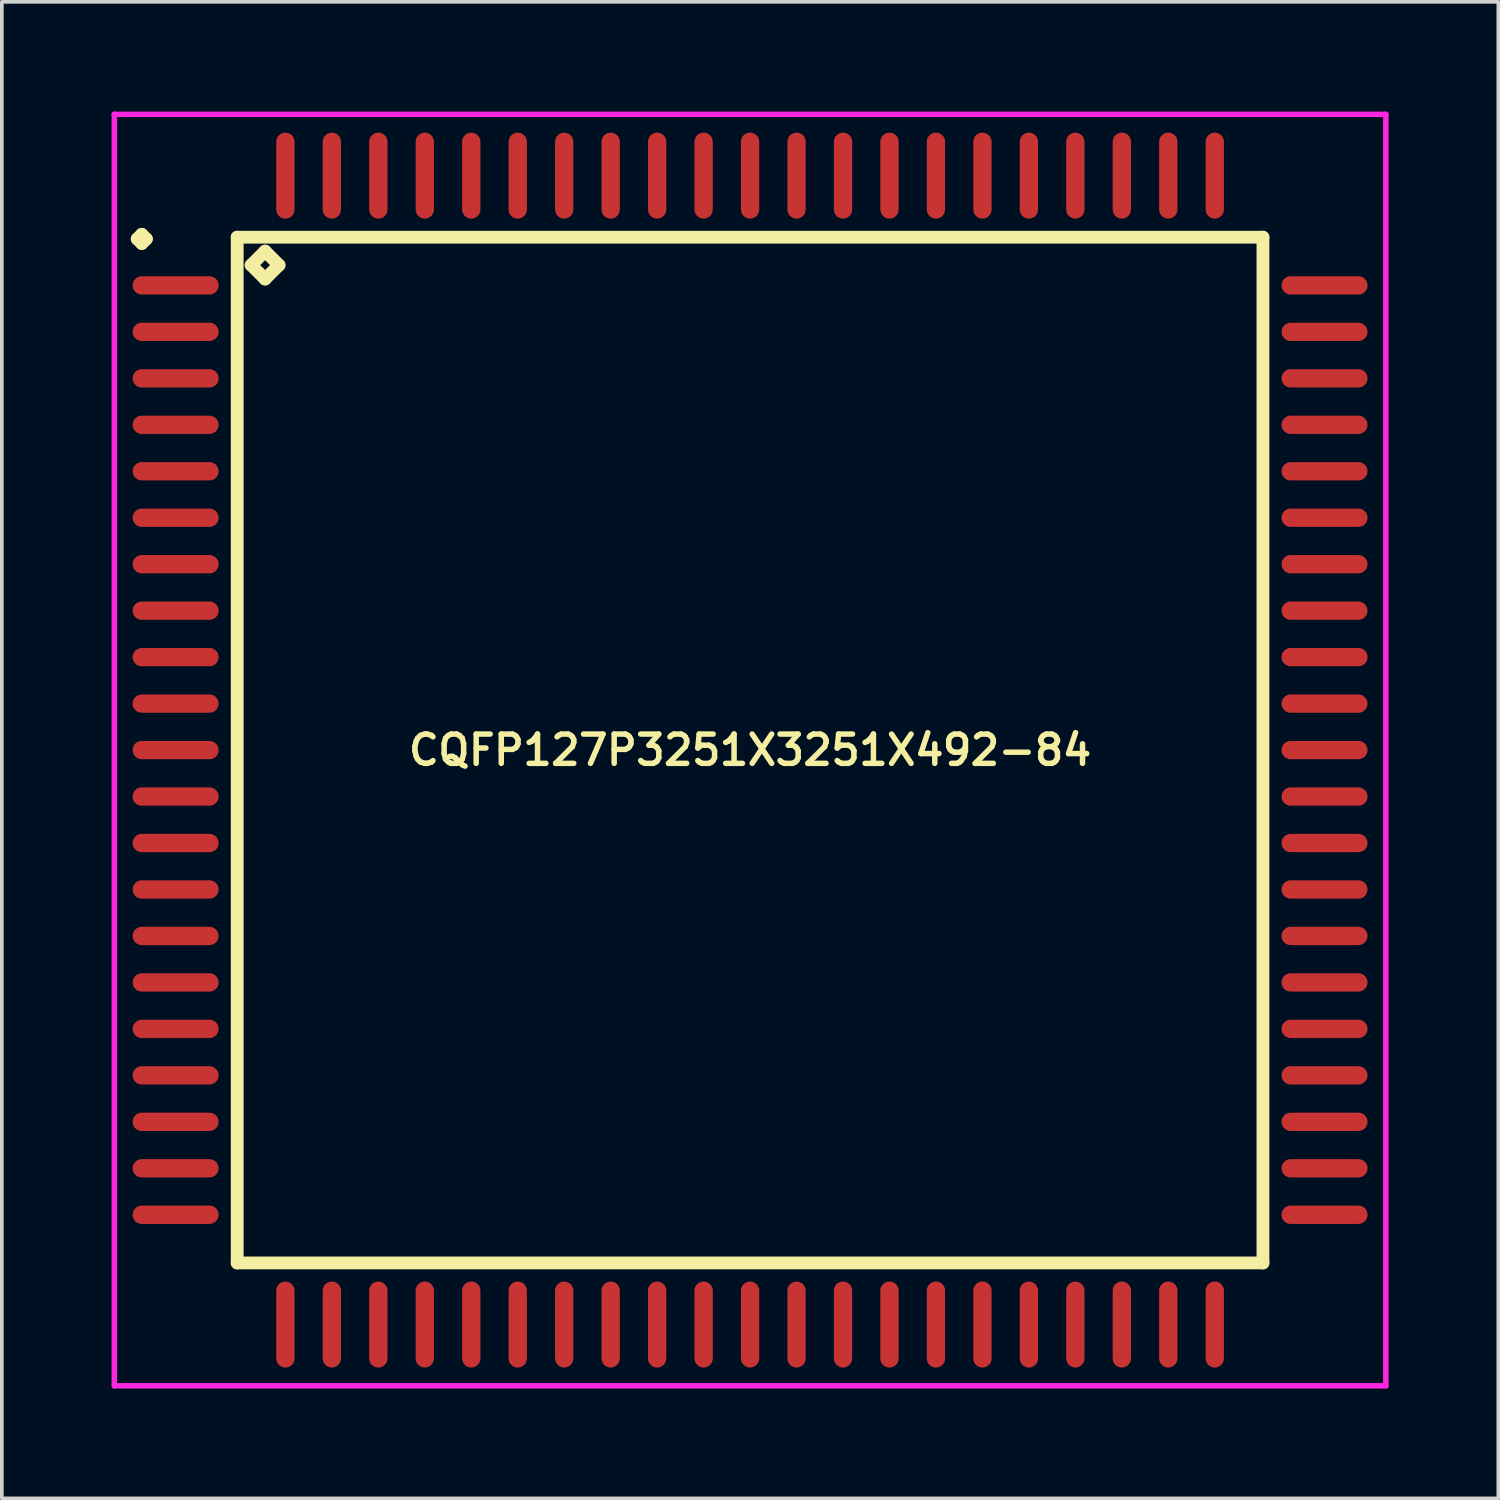
<source format=kicad_pcb>
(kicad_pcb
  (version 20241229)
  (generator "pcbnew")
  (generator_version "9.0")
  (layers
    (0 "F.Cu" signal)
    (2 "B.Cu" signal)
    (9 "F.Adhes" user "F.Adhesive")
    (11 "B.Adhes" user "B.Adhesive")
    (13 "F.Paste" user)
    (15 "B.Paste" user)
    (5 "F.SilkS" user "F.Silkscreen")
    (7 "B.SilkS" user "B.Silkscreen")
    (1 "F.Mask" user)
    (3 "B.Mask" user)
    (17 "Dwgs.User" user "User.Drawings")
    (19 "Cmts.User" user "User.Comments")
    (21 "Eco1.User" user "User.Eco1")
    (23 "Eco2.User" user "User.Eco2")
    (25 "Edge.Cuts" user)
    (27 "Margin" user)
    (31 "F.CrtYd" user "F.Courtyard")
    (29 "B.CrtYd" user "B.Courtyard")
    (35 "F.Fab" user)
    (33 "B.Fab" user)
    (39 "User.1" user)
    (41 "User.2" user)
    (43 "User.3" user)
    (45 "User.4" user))
  (footprint "CQFP127P3251X3251X492-84"
    (layer "F.Cu")
    (at 17.45 17.45)
    (property "Reference" "CQFP127P3251X3251X492-84" (at 0 0 0) (layer "F.SilkS") (effects (font (size 0.8 0.8) (thickness 0.15))))
    (attr through_hole)
    (fp_line (start -16.75 -13.97) (end -16.625 -14.095) (stroke (width 0.35) (type solid)) (layer "F.SilkS"))
    (fp_line (start -16.625 -14.095) (end -16.5 -13.97) (stroke (width 0.35) (type solid)) (layer "F.SilkS"))
    (fp_line (start -16.625 -13.845) (end -16.75 -13.97) (stroke (width 0.35) (type solid)) (layer "F.SilkS"))
    (fp_line (start -16.5 -13.97) (end -16.625 -13.845) (stroke (width 0.35) (type solid)) (layer "F.SilkS"))
    (fp_line (start -14.017 -14.017) (end -14.017 14.017) (stroke (width 0.35) (type solid)) (layer "F.SilkS"))
    (fp_line (start -14.017 14.017) (end 14.017 14.017) (stroke (width 0.35) (type solid)) (layer "F.SilkS"))
    (fp_line (start -13.636 -13.255) (end -13.255 -13.636) (stroke (width 0.35) (type solid)) (layer "F.SilkS"))
    (fp_line (start -13.255 -13.636) (end -12.874 -13.255) (stroke (width 0.35) (type solid)) (layer "F.SilkS"))
    (fp_line (start -13.255 -12.874) (end -13.636 -13.255) (stroke (width 0.35) (type solid)) (layer "F.SilkS"))
    (fp_line (start -12.874 -13.255) (end -13.255 -12.874) (stroke (width 0.35) (type solid)) (layer "F.SilkS"))
    (fp_line (start 14.017 -14.017) (end -14.017 -14.017) (stroke (width 0.35) (type solid)) (layer "F.SilkS"))
    (fp_line (start 14.017 14.017) (end 14.017 -14.017) (stroke (width 0.35) (type solid)) (layer "F.SilkS"))
    (fp_line (start -17.375 -17.375) (end 17.375 -17.375) (stroke (width 0.15) (type solid)) (layer "F.CrtYd"))
    (fp_line (start -17.375 17.375) (end -17.375 -17.375) (stroke (width 0.15) (type solid)) (layer "F.CrtYd"))
    (fp_line (start 17.375 -17.375) (end 17.375 17.375) (stroke (width 0.15) (type solid)) (layer "F.CrtYd"))
    (fp_line (start 17.375 17.375) (end -17.375 17.375) (stroke (width 0.15) (type solid)) (layer "F.CrtYd"))
    (pad "1" smd oval (at -15.7 -12.7) (size 2.35 0.5) (layers "F.Cu" "F.Mask" "F.Paste"))
    (pad "2" smd oval (at -15.7 -11.43) (size 2.35 0.5) (layers "F.Cu" "F.Mask" "F.Paste"))
    (pad "3" smd oval (at -15.7 -10.16) (size 2.35 0.5) (layers "F.Cu" "F.Mask" "F.Paste"))
    (pad "4" smd oval (at -15.7 -8.89) (size 2.35 0.5) (layers "F.Cu" "F.Mask" "F.Paste"))
    (pad "5" smd oval (at -15.7 -7.62) (size 2.35 0.5) (layers "F.Cu" "F.Mask" "F.Paste"))
    (pad "6" smd oval (at -15.7 -6.35) (size 2.35 0.5) (layers "F.Cu" "F.Mask" "F.Paste"))
    (pad "7" smd oval (at -15.7 -5.08) (size 2.35 0.5) (layers "F.Cu" "F.Mask" "F.Paste"))
    (pad "8" smd oval (at -15.7 -3.81) (size 2.35 0.5) (layers "F.Cu" "F.Mask" "F.Paste"))
    (pad "9" smd oval (at -15.7 -2.54) (size 2.35 0.5) (layers "F.Cu" "F.Mask" "F.Paste"))
    (pad "10" smd oval (at -15.7 -1.27) (size 2.35 0.5) (layers "F.Cu" "F.Mask" "F.Paste"))
    (pad "11" smd oval (at -15.7 0) (size 2.35 0.5) (layers "F.Cu" "F.Mask" "F.Paste"))
    (pad "12" smd oval (at -15.7 1.27) (size 2.35 0.5) (layers "F.Cu" "F.Mask" "F.Paste"))
    (pad "13" smd oval (at -15.7 2.54) (size 2.35 0.5) (layers "F.Cu" "F.Mask" "F.Paste"))
    (pad "14" smd oval (at -15.7 3.81) (size 2.35 0.5) (layers "F.Cu" "F.Mask" "F.Paste"))
    (pad "15" smd oval (at -15.7 5.08) (size 2.35 0.5) (layers "F.Cu" "F.Mask" "F.Paste"))
    (pad "16" smd oval (at -15.7 6.35) (size 2.35 0.5) (layers "F.Cu" "F.Mask" "F.Paste"))
    (pad "17" smd oval (at -15.7 7.62) (size 2.35 0.5) (layers "F.Cu" "F.Mask" "F.Paste"))
    (pad "18" smd oval (at -15.7 8.89) (size 2.35 0.5) (layers "F.Cu" "F.Mask" "F.Paste"))
    (pad "19" smd oval (at -15.7 10.16) (size 2.35 0.5) (layers "F.Cu" "F.Mask" "F.Paste"))
    (pad "20" smd oval (at -15.7 11.43) (size 2.35 0.5) (layers "F.Cu" "F.Mask" "F.Paste"))
    (pad "21" smd oval (at -15.7 12.7) (size 2.35 0.5) (layers "F.Cu" "F.Mask" "F.Paste"))
    (pad "22" smd oval (at -12.7 15.7) (size 0.5 2.35) (layers "F.Cu" "F.Mask" "F.Paste"))
    (pad "23" smd oval (at -11.43 15.7) (size 0.5 2.35) (layers "F.Cu" "F.Mask" "F.Paste"))
    (pad "24" smd oval (at -10.16 15.7) (size 0.5 2.35) (layers "F.Cu" "F.Mask" "F.Paste"))
    (pad "25" smd oval (at -8.89 15.7) (size 0.5 2.35) (layers "F.Cu" "F.Mask" "F.Paste"))
    (pad "26" smd oval (at -7.62 15.7) (size 0.5 2.35) (layers "F.Cu" "F.Mask" "F.Paste"))
    (pad "27" smd oval (at -6.35 15.7) (size 0.5 2.35) (layers "F.Cu" "F.Mask" "F.Paste"))
    (pad "28" smd oval (at -5.08 15.7) (size 0.5 2.35) (layers "F.Cu" "F.Mask" "F.Paste"))
    (pad "29" smd oval (at -3.81 15.7) (size 0.5 2.35) (layers "F.Cu" "F.Mask" "F.Paste"))
    (pad "30" smd oval (at -2.54 15.7) (size 0.5 2.35) (layers "F.Cu" "F.Mask" "F.Paste"))
    (pad "31" smd oval (at -1.27 15.7) (size 0.5 2.35) (layers "F.Cu" "F.Mask" "F.Paste"))
    (pad "32" smd oval (at 0 15.7) (size 0.5 2.35) (layers "F.Cu" "F.Mask" "F.Paste"))
    (pad "33" smd oval (at 1.27 15.7) (size 0.5 2.35) (layers "F.Cu" "F.Mask" "F.Paste"))
    (pad "34" smd oval (at 2.54 15.7) (size 0.5 2.35) (layers "F.Cu" "F.Mask" "F.Paste"))
    (pad "35" smd oval (at 3.81 15.7) (size 0.5 2.35) (layers "F.Cu" "F.Mask" "F.Paste"))
    (pad "36" smd oval (at 5.08 15.7) (size 0.5 2.35) (layers "F.Cu" "F.Mask" "F.Paste"))
    (pad "37" smd oval (at 6.35 15.7) (size 0.5 2.35) (layers "F.Cu" "F.Mask" "F.Paste"))
    (pad "38" smd oval (at 7.62 15.7) (size 0.5 2.35) (layers "F.Cu" "F.Mask" "F.Paste"))
    (pad "39" smd oval (at 8.89 15.7) (size 0.5 2.35) (layers "F.Cu" "F.Mask" "F.Paste"))
    (pad "40" smd oval (at 10.16 15.7) (size 0.5 2.35) (layers "F.Cu" "F.Mask" "F.Paste"))
    (pad "41" smd oval (at 11.43 15.7) (size 0.5 2.35) (layers "F.Cu" "F.Mask" "F.Paste"))
    (pad "42" smd oval (at 12.7 15.7) (size 0.5 2.35) (layers "F.Cu" "F.Mask" "F.Paste"))
    (pad "43" smd oval (at 15.7 12.7) (size 2.35 0.5) (layers "F.Cu" "F.Mask" "F.Paste"))
    (pad "44" smd oval (at 15.7 11.43) (size 2.35 0.5) (layers "F.Cu" "F.Mask" "F.Paste"))
    (pad "45" smd oval (at 15.7 10.16) (size 2.35 0.5) (layers "F.Cu" "F.Mask" "F.Paste"))
    (pad "46" smd oval (at 15.7 8.89) (size 2.35 0.5) (layers "F.Cu" "F.Mask" "F.Paste"))
    (pad "47" smd oval (at 15.7 7.62) (size 2.35 0.5) (layers "F.Cu" "F.Mask" "F.Paste"))
    (pad "48" smd oval (at 15.7 6.35) (size 2.35 0.5) (layers "F.Cu" "F.Mask" "F.Paste"))
    (pad "49" smd oval (at 15.7 5.08) (size 2.35 0.5) (layers "F.Cu" "F.Mask" "F.Paste"))
    (pad "50" smd oval (at 15.7 3.81) (size 2.35 0.5) (layers "F.Cu" "F.Mask" "F.Paste"))
    (pad "51" smd oval (at 15.7 2.54) (size 2.35 0.5) (layers "F.Cu" "F.Mask" "F.Paste"))
    (pad "52" smd oval (at 15.7 1.27) (size 2.35 0.5) (layers "F.Cu" "F.Mask" "F.Paste"))
    (pad "53" smd oval (at 15.7 0) (size 2.35 0.5) (layers "F.Cu" "F.Mask" "F.Paste"))
    (pad "54" smd oval (at 15.7 -1.27) (size 2.35 0.5) (layers "F.Cu" "F.Mask" "F.Paste"))
    (pad "55" smd oval (at 15.7 -2.54) (size 2.35 0.5) (layers "F.Cu" "F.Mask" "F.Paste"))
    (pad "56" smd oval (at 15.7 -3.81) (size 2.35 0.5) (layers "F.Cu" "F.Mask" "F.Paste"))
    (pad "57" smd oval (at 15.7 -5.08) (size 2.35 0.5) (layers "F.Cu" "F.Mask" "F.Paste"))
    (pad "58" smd oval (at 15.7 -6.35) (size 2.35 0.5) (layers "F.Cu" "F.Mask" "F.Paste"))
    (pad "59" smd oval (at 15.7 -7.62) (size 2.35 0.5) (layers "F.Cu" "F.Mask" "F.Paste"))
    (pad "60" smd oval (at 15.7 -8.89) (size 2.35 0.5) (layers "F.Cu" "F.Mask" "F.Paste"))
    (pad "61" smd oval (at 15.7 -10.16) (size 2.35 0.5) (layers "F.Cu" "F.Mask" "F.Paste"))
    (pad "62" smd oval (at 15.7 -11.43) (size 2.35 0.5) (layers "F.Cu" "F.Mask" "F.Paste"))
    (pad "63" smd oval (at 15.7 -12.7) (size 2.35 0.5) (layers "F.Cu" "F.Mask" "F.Paste"))
    (pad "64" smd oval (at 12.7 -15.7) (size 0.5 2.35) (layers "F.Cu" "F.Mask" "F.Paste"))
    (pad "65" smd oval (at 11.43 -15.7) (size 0.5 2.35) (layers "F.Cu" "F.Mask" "F.Paste"))
    (pad "66" smd oval (at 10.16 -15.7) (size 0.5 2.35) (layers "F.Cu" "F.Mask" "F.Paste"))
    (pad "67" smd oval (at 8.89 -15.7) (size 0.5 2.35) (layers "F.Cu" "F.Mask" "F.Paste"))
    (pad "68" smd oval (at 7.62 -15.7) (size 0.5 2.35) (layers "F.Cu" "F.Mask" "F.Paste"))
    (pad "69" smd oval (at 6.35 -15.7) (size 0.5 2.35) (layers "F.Cu" "F.Mask" "F.Paste"))
    (pad "70" smd oval (at 5.08 -15.7) (size 0.5 2.35) (layers "F.Cu" "F.Mask" "F.Paste"))
    (pad "71" smd oval (at 3.81 -15.7) (size 0.5 2.35) (layers "F.Cu" "F.Mask" "F.Paste"))
    (pad "72" smd oval (at 2.54 -15.7) (size 0.5 2.35) (layers "F.Cu" "F.Mask" "F.Paste"))
    (pad "73" smd oval (at 1.27 -15.7) (size 0.5 2.35) (layers "F.Cu" "F.Mask" "F.Paste"))
    (pad "74" smd oval (at 0 -15.7) (size 0.5 2.35) (layers "F.Cu" "F.Mask" "F.Paste"))
    (pad "75" smd oval (at -1.27 -15.7) (size 0.5 2.35) (layers "F.Cu" "F.Mask" "F.Paste"))
    (pad "76" smd oval (at -2.54 -15.7) (size 0.5 2.35) (layers "F.Cu" "F.Mask" "F.Paste"))
    (pad "77" smd oval (at -3.81 -15.7) (size 0.5 2.35) (layers "F.Cu" "F.Mask" "F.Paste"))
    (pad "78" smd oval (at -5.08 -15.7) (size 0.5 2.35) (layers "F.Cu" "F.Mask" "F.Paste"))
    (pad "79" smd oval (at -6.35 -15.7) (size 0.5 2.35) (layers "F.Cu" "F.Mask" "F.Paste"))
    (pad "80" smd oval (at -7.62 -15.7) (size 0.5 2.35) (layers "F.Cu" "F.Mask" "F.Paste"))
    (pad "81" smd oval (at -8.89 -15.7) (size 0.5 2.35) (layers "F.Cu" "F.Mask" "F.Paste"))
    (pad "82" smd oval (at -10.16 -15.7) (size 0.5 2.35) (layers "F.Cu" "F.Mask" "F.Paste"))
    (pad "83" smd oval (at -11.43 -15.7) (size 0.5 2.35) (layers "F.Cu" "F.Mask" "F.Paste"))
    (pad "84" smd oval (at -12.7 -15.7) (size 0.5 2.35) (layers "F.Cu" "F.Mask" "F.Paste")))
  (gr_rect
    (start -3 -3)
    (end 37.9 37.9)
    (stroke (width 0.1) (type default))
    (fill no)
    (layer "Edge.Cuts")))
</source>
